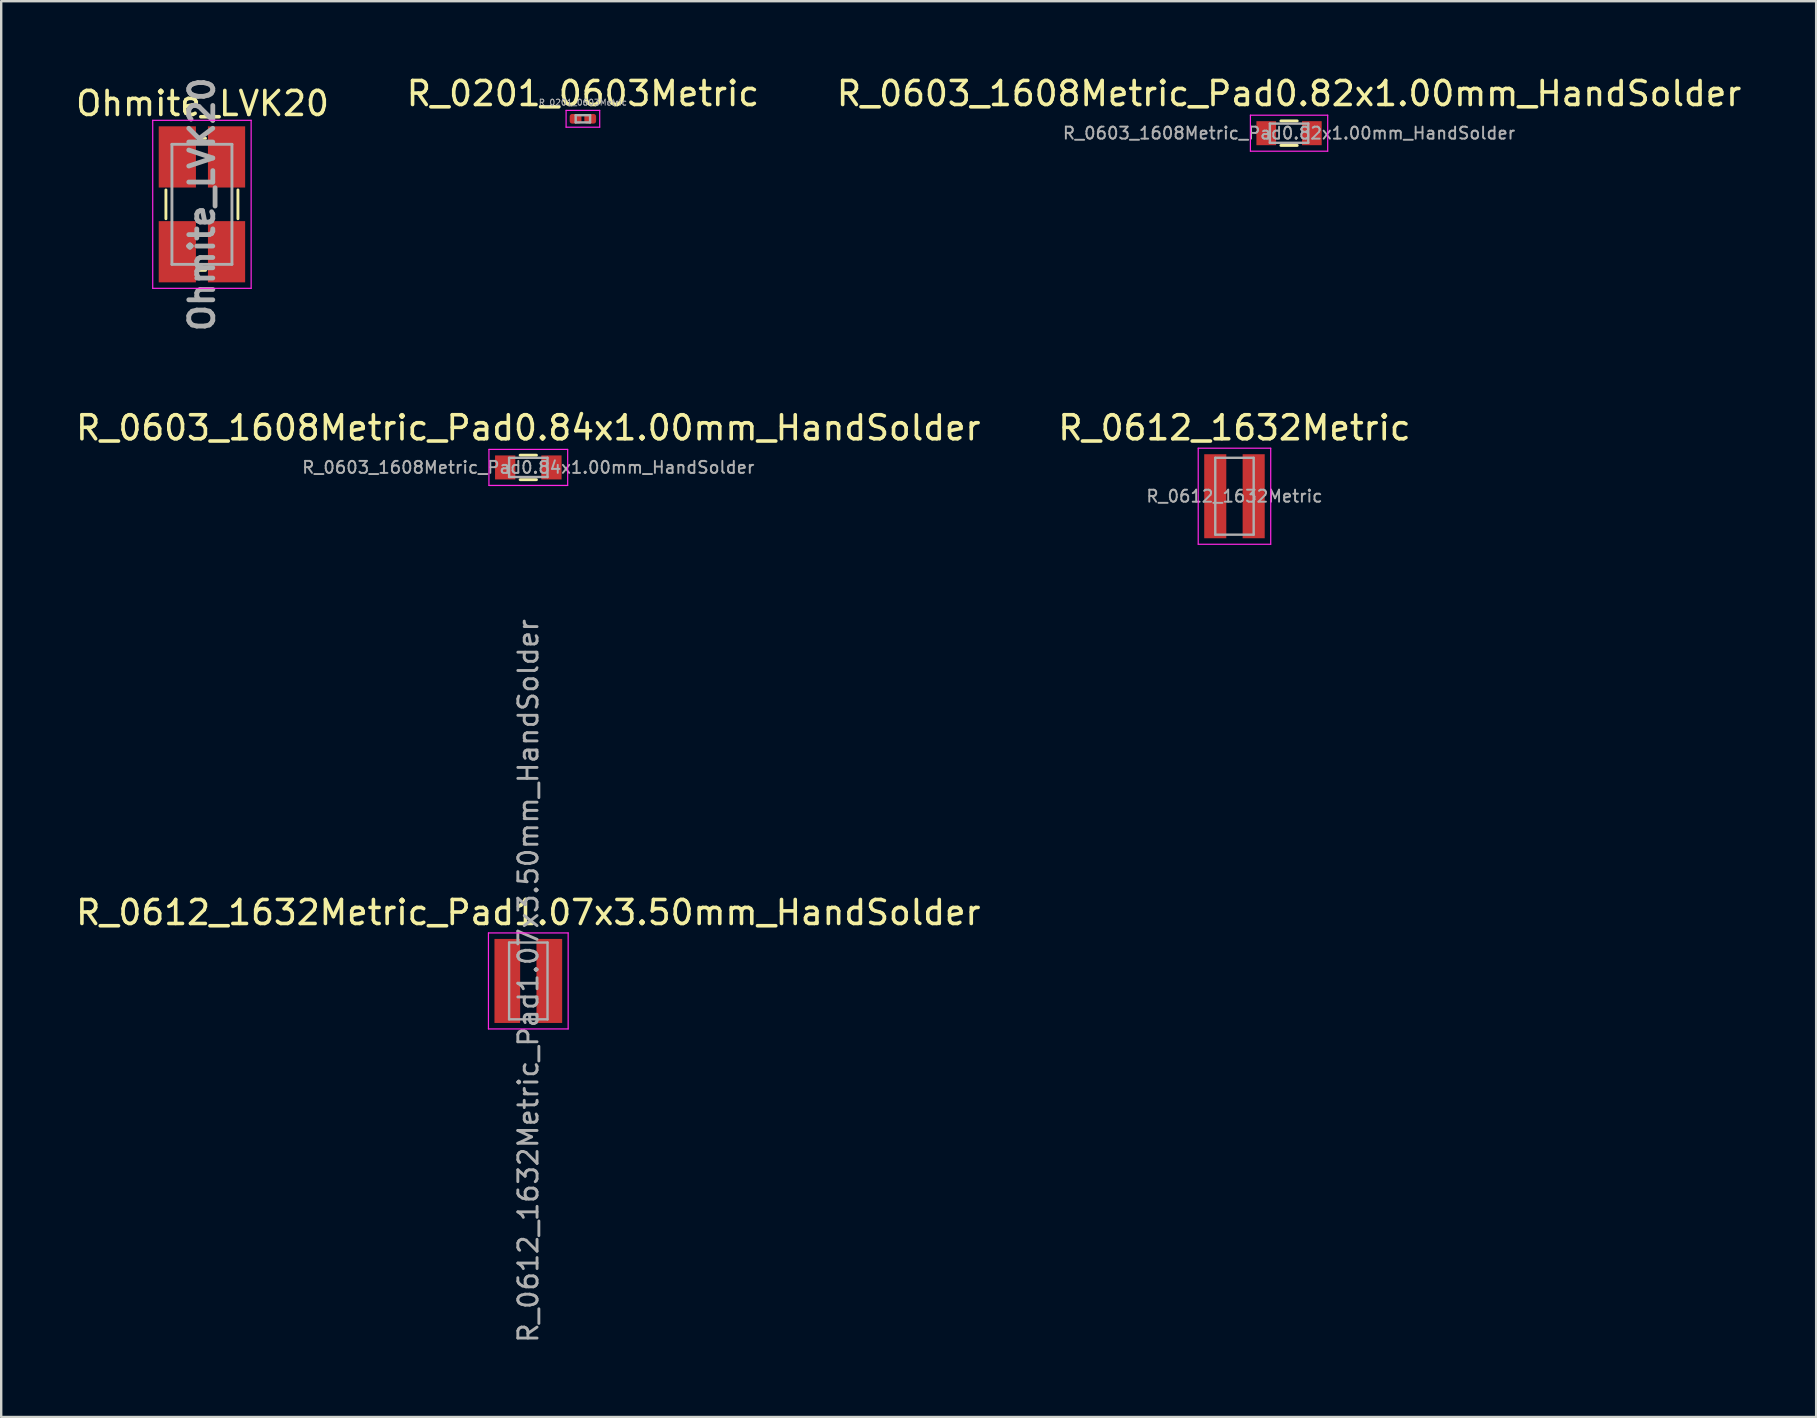
<source format=kicad_pcb>
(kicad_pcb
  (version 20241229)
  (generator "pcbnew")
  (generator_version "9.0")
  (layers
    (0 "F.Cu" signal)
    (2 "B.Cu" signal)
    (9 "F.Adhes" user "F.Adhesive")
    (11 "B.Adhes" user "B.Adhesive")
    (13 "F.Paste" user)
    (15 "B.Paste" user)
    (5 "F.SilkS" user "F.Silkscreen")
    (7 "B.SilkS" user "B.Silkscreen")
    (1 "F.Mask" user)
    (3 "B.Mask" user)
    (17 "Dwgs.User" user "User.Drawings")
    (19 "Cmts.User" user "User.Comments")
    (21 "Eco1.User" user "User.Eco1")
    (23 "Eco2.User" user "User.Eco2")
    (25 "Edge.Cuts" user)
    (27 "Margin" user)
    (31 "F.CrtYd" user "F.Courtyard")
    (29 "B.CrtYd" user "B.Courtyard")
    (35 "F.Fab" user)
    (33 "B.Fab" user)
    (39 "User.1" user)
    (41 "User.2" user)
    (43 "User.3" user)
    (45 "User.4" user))
  (footprint "Ohmite_LVK20"
    (layer "F.Cu")
    (at 5.362 5.462)
    (property "Reference" "Ohmite_LVK20" (at 0.025 -4.2 0) (layer "F.SilkS") (effects (font (size 1 1) (thickness 0.15))))
    (attr smd)
    (fp_line (start -1.5 0.6) (end -1.5 -0.6) (stroke (width 0.12) (type solid)) (layer "F.SilkS"))
    (fp_line (start 0.15 -2.75) (end -0.15 -2.75) (stroke (width 0.12) (type solid)) (layer "F.SilkS"))
    (fp_line (start 0.15 2.75) (end -0.15 2.75) (stroke (width 0.12) (type solid)) (layer "F.SilkS"))
    (fp_line (start 1.5 -0.6) (end 1.5 0.6) (stroke (width 0.12) (type solid)) (layer "F.SilkS"))
    (fp_line (start -2.05 -3.5) (end 2.05 -3.5) (stroke (width 0.05) (type solid)) (layer "F.CrtYd"))
    (fp_line (start -2.05 3.5) (end -2.05 -3.5) (stroke (width 0.05) (type solid)) (layer "F.CrtYd"))
    (fp_line (start 2.05 -3.5) (end 2.05 3.5) (stroke (width 0.05) (type solid)) (layer "F.CrtYd"))
    (fp_line (start 2.05 3.5) (end -2.05 3.5) (stroke (width 0.05) (type solid)) (layer "F.CrtYd"))
    (fp_line (start -1.25 -2.5) (end 1.25 -2.5) (stroke (width 0.12) (type solid)) (layer "F.Fab"))
    (fp_line (start -1.25 2.5) (end -1.25 -2.5) (stroke (width 0.12) (type solid)) (layer "F.Fab"))
    (fp_line (start 0 2.5) (end -1.25 2.5) (stroke (width 0.12) (type solid)) (layer "F.Fab"))
    (fp_line (start 1.25 -2.5) (end 1.25 2.5) (stroke (width 0.12) (type solid)) (layer "F.Fab"))
    (fp_line (start 1.25 2.5) (end 0 2.5) (stroke (width 0.12) (type solid)) (layer "F.Fab"))
    (fp_text user "${REFERENCE}" (at 0 0 90) (layer "F.Fab") (effects (font (size 1 1) (thickness 0.2))))
    (pad "1" smd rect (at -1.025 -1.975) (size 1.55 2.55) (layers "F.Cu" "F.Mask" "F.Paste"))
    (pad "2" smd rect (at 1.025 -1.975) (size 1.55 2.55) (layers "F.Cu" "F.Mask" "F.Paste"))
    (pad "3" smd rect (at -1.025 1.975) (size 1.55 2.55) (layers "F.Cu" "F.Mask" "F.Paste"))
    (pad "4" smd rect (at 1.025 1.975) (size 1.55 2.55) (layers "F.Cu" "F.Mask" "F.Paste")))
  (footprint "R_0201_0603Metric"
    (layer "F.Cu")
    (at 21.232 1.898)
    (property "Reference" "R_0201_0603Metric" (at 0 -1.05 0) (layer "F.SilkS") (effects (font (size 1 1) (thickness 0.15))))
    (attr smd)
    (fp_line (start -0.7 -0.35) (end 0.7 -0.35) (stroke (width 0.05) (type solid)) (layer "F.CrtYd"))
    (fp_line (start -0.7 0.35) (end -0.7 -0.35) (stroke (width 0.05) (type solid)) (layer "F.CrtYd"))
    (fp_line (start 0.7 -0.35) (end 0.7 0.35) (stroke (width 0.05) (type solid)) (layer "F.CrtYd"))
    (fp_line (start 0.7 0.35) (end -0.7 0.35) (stroke (width 0.05) (type solid)) (layer "F.CrtYd"))
    (fp_line (start -0.3 -0.15) (end 0.3 -0.15) (stroke (width 0.1) (type solid)) (layer "F.Fab"))
    (fp_line (start -0.3 0.15) (end -0.3 -0.15) (stroke (width 0.1) (type solid)) (layer "F.Fab"))
    (fp_line (start 0.3 -0.15) (end 0.3 0.15) (stroke (width 0.1) (type solid)) (layer "F.Fab"))
    (fp_line (start 0.3 0.15) (end -0.3 0.15) (stroke (width 0.1) (type solid)) (layer "F.Fab"))
    (fp_text user "${REFERENCE}" (at 0 -0.68 0) (layer "F.Fab") (effects (font (size 0.25 0.25) (thickness 0.04))))
    (pad "" smd roundrect (at -0.33 0) (size 0.342 0.36) (layers "F.Paste") (roundrect_rratio 0.25))
    (pad "" smd roundrect (at 0.33 0) (size 0.342 0.36) (layers "F.Paste") (roundrect_rratio 0.25))
    (pad "1" smd roundrect (at -0.305 0) (size 0.49 0.4) (layers "F.Cu" "F.Mask") (roundrect_rratio 0.25))
    (pad "2" smd roundrect (at 0.305 0) (size 0.49 0.4) (layers "F.Cu" "F.Mask") (roundrect_rratio 0.25)))
  (footprint "R_0612_1632Metric"
    (layer "F.Cu")
    (at 48.375 17.622)
    (property "Reference" "R_0612_1632Metric" (at 0 -2.85 0) (layer "F.SilkS") (effects (font (size 1 1) (thickness 0.15))))
    (attr smd)
    (fp_line (start -1.51 -2) (end 1.51 -2) (stroke (width 0.05) (type solid)) (layer "F.CrtYd"))
    (fp_line (start -1.51 2) (end -1.51 -2) (stroke (width 0.05) (type solid)) (layer "F.CrtYd"))
    (fp_line (start 1.51 -2) (end 1.51 2) (stroke (width 0.05) (type solid)) (layer "F.CrtYd"))
    (fp_line (start 1.51 2) (end -1.51 2) (stroke (width 0.05) (type solid)) (layer "F.CrtYd"))
    (fp_line (start -0.8 -1.6) (end 0.8 -1.6) (stroke (width 0.1) (type solid)) (layer "F.Fab"))
    (fp_line (start -0.8 1.6) (end -0.8 -1.6) (stroke (width 0.1) (type solid)) (layer "F.Fab"))
    (fp_line (start 0.8 -1.6) (end 0.8 1.6) (stroke (width 0.1) (type solid)) (layer "F.Fab"))
    (fp_line (start 0.8 1.6) (end -0.8 1.6) (stroke (width 0.1) (type solid)) (layer "F.Fab"))
    (fp_text user "${REFERENCE}" (at 0 0 0) (layer "F.Fab") (effects (font (size 0.5 0.5) (thickness 0.08))))
    (pad "1" smd rect (at -0.8 0) (size 0.92 3.5) (layers "F.Cu" "F.Mask" "F.Paste"))
    (pad "2" smd rect (at 0.8 0) (size 0.92 3.5) (layers "F.Cu" "F.Mask" "F.Paste")))
  (footprint "R_0612_1632Metric_Pad1.07x3.50mm_HandSolder"
    (layer "F.Cu")
    (at 18.958 37.814)
    (property "Reference" "R_0612_1632Metric_Pad1.07x3.50mm_HandSolder" (at 0 -2.85 0) (layer "F.SilkS") (effects (font (size 1 1) (thickness 0.15))))
    (attr smd)
    (fp_line (start -1.66 -2) (end 1.66 -2) (stroke (width 0.05) (type solid)) (layer "F.CrtYd"))
    (fp_line (start -1.66 2) (end -1.66 -2) (stroke (width 0.05) (type solid)) (layer "F.CrtYd"))
    (fp_line (start 1.66 -2) (end 1.66 2) (stroke (width 0.05) (type solid)) (layer "F.CrtYd"))
    (fp_line (start 1.66 2) (end -1.66 2) (stroke (width 0.05) (type solid)) (layer "F.CrtYd"))
    (fp_line (start -0.8 -1.6) (end 0.8 -1.6) (stroke (width 0.1) (type solid)) (layer "F.Fab"))
    (fp_line (start -0.8 1.6) (end -0.8 -1.6) (stroke (width 0.1) (type solid)) (layer "F.Fab"))
    (fp_line (start 0.8 -1.6) (end 0.8 1.6) (stroke (width 0.1) (type solid)) (layer "F.Fab"))
    (fp_line (start 0.8 1.6) (end -0.8 1.6) (stroke (width 0.1) (type solid)) (layer "F.Fab"))
    (fp_text user "${REFERENCE}" (at 0 0 90) (layer "F.Fab") (effects (font (size 0.8 0.8) (thickness 0.12))))
    (pad "1" smd rect (at -0.875 0) (size 1.07 3.5) (layers "F.Cu" "F.Mask" "F.Paste"))
    (pad "2" smd rect (at 0.875 0) (size 1.07 3.5) (layers "F.Cu" "F.Mask" "F.Paste")))
  (footprint "R_0603_1608Metric_Pad0.84x1.00mm_HandSolder"
    (layer "F.Cu")
    (at 18.958 16.422)
    (property "Reference" "R_0603_1608Metric_Pad0.84x1.00mm_HandSolder" (at 0 -1.65 0) (layer "F.SilkS") (effects (font (size 1 1) (thickness 0.15))))
    (attr smd)
    (fp_line (start -0.34 -0.51) (end 0.34 -0.51) (stroke (width 0.12) (type solid)) (layer "F.SilkS"))
    (fp_line (start -0.34 0.51) (end 0.34 0.51) (stroke (width 0.12) (type solid)) (layer "F.SilkS"))
    (fp_line (start -1.64 -0.75) (end 1.64 -0.75) (stroke (width 0.05) (type solid)) (layer "F.CrtYd"))
    (fp_line (start -1.64 0.75) (end -1.64 -0.75) (stroke (width 0.05) (type solid)) (layer "F.CrtYd"))
    (fp_line (start 1.64 -0.75) (end 1.64 0.75) (stroke (width 0.05) (type solid)) (layer "F.CrtYd"))
    (fp_line (start 1.64 0.75) (end -1.64 0.75) (stroke (width 0.05) (type solid)) (layer "F.CrtYd"))
    (fp_line (start -0.8 -0.4) (end 0.8 -0.4) (stroke (width 0.1) (type solid)) (layer "F.Fab"))
    (fp_line (start -0.8 0.4) (end -0.8 -0.4) (stroke (width 0.1) (type solid)) (layer "F.Fab"))
    (fp_line (start 0.8 -0.4) (end 0.8 0.4) (stroke (width 0.1) (type solid)) (layer "F.Fab"))
    (fp_line (start 0.8 0.4) (end -0.8 0.4) (stroke (width 0.1) (type solid)) (layer "F.Fab"))
    (fp_text user "${REFERENCE}" (at 0 0 0) (layer "F.Fab") (effects (font (size 0.5 0.5) (thickness 0.08))))
    (pad "1" smd rect (at -0.963 0) (size 0.845 1) (layers "F.Cu" "F.Mask" "F.Paste"))
    (pad "2" smd rect (at 0.963 0) (size 0.845 1) (layers "F.Cu" "F.Mask" "F.Paste")))
  (footprint "R_0603_1608Metric_Pad0.82x1.00mm_HandSolder"
    (layer "F.Cu")
    (at 50.649 2.498)
    (property "Reference" "R_0603_1608Metric_Pad0.82x1.00mm_HandSolder" (at 0 -1.65 0) (layer "F.SilkS") (effects (font (size 1 1) (thickness 0.15))))
    (attr smd)
    (fp_line (start -0.34 -0.51) (end 0.34 -0.51) (stroke (width 0.12) (type solid)) (layer "F.SilkS"))
    (fp_line (start -0.34 0.51) (end 0.34 0.51) (stroke (width 0.12) (type solid)) (layer "F.SilkS"))
    (fp_line (start -1.61 -0.75) (end 1.61 -0.75) (stroke (width 0.05) (type solid)) (layer "F.CrtYd"))
    (fp_line (start -1.61 0.75) (end -1.61 -0.75) (stroke (width 0.05) (type solid)) (layer "F.CrtYd"))
    (fp_line (start 1.61 -0.75) (end 1.61 0.75) (stroke (width 0.05) (type solid)) (layer "F.CrtYd"))
    (fp_line (start 1.61 0.75) (end -1.61 0.75) (stroke (width 0.05) (type solid)) (layer "F.CrtYd"))
    (fp_line (start -0.8 -0.4) (end 0.8 -0.4) (stroke (width 0.1) (type solid)) (layer "F.Fab"))
    (fp_line (start -0.8 0.4) (end -0.8 -0.4) (stroke (width 0.1) (type solid)) (layer "F.Fab"))
    (fp_line (start 0.8 -0.4) (end 0.8 0.4) (stroke (width 0.1) (type solid)) (layer "F.Fab"))
    (fp_line (start 0.8 0.4) (end -0.8 0.4) (stroke (width 0.1) (type solid)) (layer "F.Fab"))
    (fp_text user "${REFERENCE}" (at 0 0 0) (layer "F.Fab") (effects (font (size 0.5 0.5) (thickness 0.08))))
    (pad "1" smd rect (at -0.95 0) (size 0.82 1) (layers "F.Cu" "F.Mask" "F.Paste"))
    (pad "2" smd rect (at 0.95 0) (size 0.82 1) (layers "F.Cu" "F.Mask" "F.Paste")))
  (gr_rect
    (start -3 -3)
    (end 72.607 55.98)
    (stroke (width 0.1) (type default))
    (fill no)
    (layer "Edge.Cuts")))
</source>
